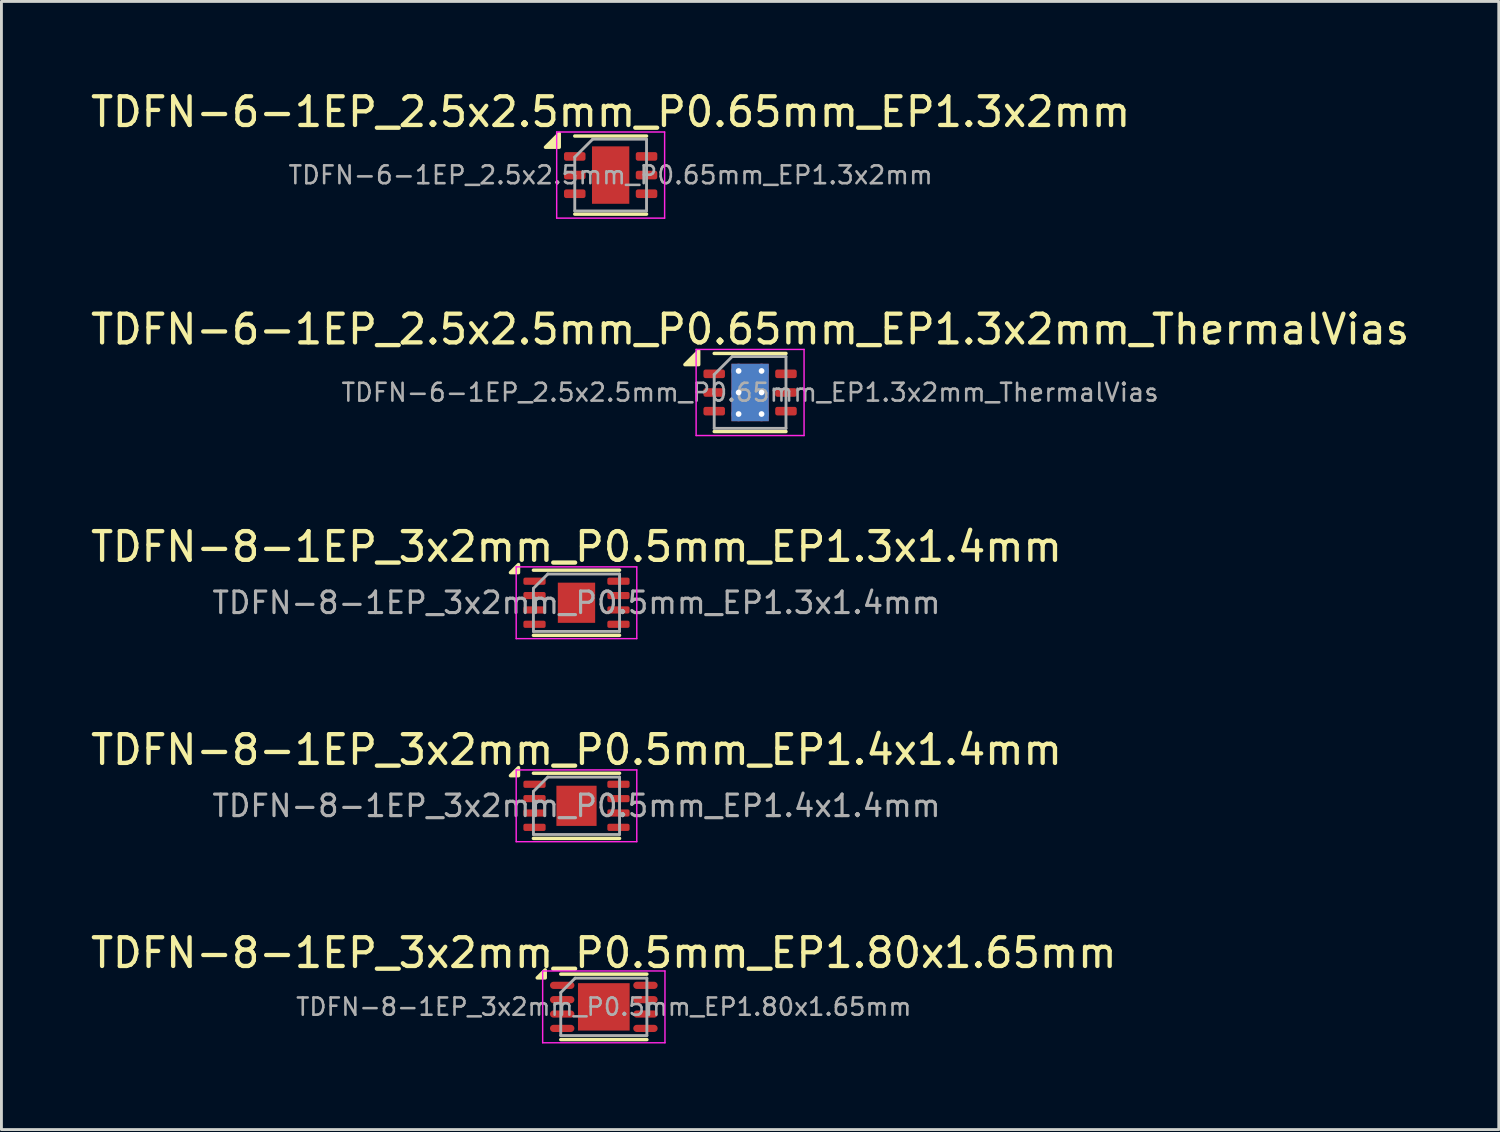
<source format=kicad_pcb>
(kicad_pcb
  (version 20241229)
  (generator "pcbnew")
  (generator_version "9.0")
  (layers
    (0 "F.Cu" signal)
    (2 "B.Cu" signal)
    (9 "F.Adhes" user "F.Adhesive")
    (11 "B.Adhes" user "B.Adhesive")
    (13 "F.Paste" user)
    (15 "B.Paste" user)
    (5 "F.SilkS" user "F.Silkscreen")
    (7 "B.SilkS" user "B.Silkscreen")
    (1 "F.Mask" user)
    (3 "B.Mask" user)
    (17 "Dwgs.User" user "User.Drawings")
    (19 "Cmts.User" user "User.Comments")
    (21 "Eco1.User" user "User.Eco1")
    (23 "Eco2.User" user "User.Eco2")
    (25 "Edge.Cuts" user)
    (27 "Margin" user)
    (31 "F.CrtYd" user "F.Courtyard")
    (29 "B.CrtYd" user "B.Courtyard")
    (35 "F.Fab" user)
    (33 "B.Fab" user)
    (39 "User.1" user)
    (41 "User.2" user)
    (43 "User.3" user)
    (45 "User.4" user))
  (footprint "TDFN-6-1EP_2.5x2.5mm_P0.65mm_EP1.3x2mm"
    (layer "F.Cu")
    (at 18.22 3.048)
    (property "Reference" "TDFN-6-1EP_2.5x2.5mm_P0.65mm_EP1.3x2mm" (at 0 -2.2 0) (layer "F.SilkS") (effects (font (size 1 1) (thickness 0.15))))
    (attr smd)
    (fp_line (start -1.25 -1.36) (end 1.25 -1.36) (stroke (width 0.12) (type solid)) (layer "F.SilkS"))
    (fp_line (start -1.25 1.36) (end 1.25 1.36) (stroke (width 0.12) (type solid)) (layer "F.SilkS"))
    (fp_poly (pts (xy -1.79 -0.97) (xy -2.27 -0.97) (xy -1.79 -1.45) (xy -1.79 -0.97)) (stroke (width 0.12) (type solid)) (fill yes) (layer "F.SilkS"))
    (fp_line (start -1.88 -1.5) (end -1.88 1.5) (stroke (width 0.05) (type solid)) (layer "F.CrtYd"))
    (fp_line (start -1.88 1.5) (end 1.88 1.5) (stroke (width 0.05) (type solid)) (layer "F.CrtYd"))
    (fp_line (start 1.88 -1.5) (end -1.88 -1.5) (stroke (width 0.05) (type solid)) (layer "F.CrtYd"))
    (fp_line (start 1.88 1.5) (end 1.88 -1.5) (stroke (width 0.05) (type solid)) (layer "F.CrtYd"))
    (fp_line (start -1.25 -0.625) (end -0.625 -1.25) (stroke (width 0.1) (type solid)) (layer "F.Fab"))
    (fp_line (start -1.25 1.25) (end -1.25 -0.625) (stroke (width 0.1) (type solid)) (layer "F.Fab"))
    (fp_line (start -0.625 -1.25) (end 1.25 -1.25) (stroke (width 0.1) (type solid)) (layer "F.Fab"))
    (fp_line (start 1.25 -1.25) (end 1.25 1.25) (stroke (width 0.1) (type solid)) (layer "F.Fab"))
    (fp_line (start 1.25 1.25) (end -1.25 1.25) (stroke (width 0.1) (type solid)) (layer "F.Fab"))
    (fp_text user "${REFERENCE}" (at 0 0 0) (layer "F.Fab") (effects (font (size 0.62 0.62) (thickness 0.09))))
    (pad "" smd roundrect (at -0.325 -0.5) (size 0.52 0.81) (layers "F.Paste") (roundrect_rratio 0.25))
    (pad "" smd roundrect (at -0.325 0.5) (size 0.52 0.81) (layers "F.Paste") (roundrect_rratio 0.25))
    (pad "" smd roundrect (at 0.325 -0.5) (size 0.52 0.81) (layers "F.Paste") (roundrect_rratio 0.25))
    (pad "" smd roundrect (at 0.325 0.5) (size 0.52 0.81) (layers "F.Paste") (roundrect_rratio 0.25))
    (pad "1" smd roundrect (at -1.25 -0.65) (size 0.75 0.3) (layers "F.Cu" "F.Mask" "F.Paste") (roundrect_rratio 0.25))
    (pad "2" smd roundrect (at -1.25 0) (size 0.75 0.3) (layers "F.Cu" "F.Mask" "F.Paste") (roundrect_rratio 0.25))
    (pad "3" smd roundrect (at -1.25 0.65) (size 0.75 0.3) (layers "F.Cu" "F.Mask" "F.Paste") (roundrect_rratio 0.25))
    (pad "4" smd roundrect (at 1.25 0.65) (size 0.75 0.3) (layers "F.Cu" "F.Mask" "F.Paste") (roundrect_rratio 0.25))
    (pad "5" smd roundrect (at 1.25 0) (size 0.75 0.3) (layers "F.Cu" "F.Mask" "F.Paste") (roundrect_rratio 0.25))
    (pad "6" smd roundrect (at 1.25 -0.65) (size 0.75 0.3) (layers "F.Cu" "F.Mask" "F.Paste") (roundrect_rratio 0.25))
    (pad "7" smd rect (at 0 0) (size 1.3 2) (property pad_prop_heatsink) (layers "F.Cu" "F.Mask")))
  (footprint "TDFN-8-1EP_3x2mm_P0.5mm_EP1.80x1.65mm"
    (layer "F.Cu")
    (at 17.982 32.021)
    (property "Reference" "TDFN-8-1EP_3x2mm_P0.5mm_EP1.80x1.65mm" (at 0 -1.88 0) (layer "F.SilkS") (effects (font (size 1 1) (thickness 0.15))))
    (attr smd)
    (fp_line (start -1.5 -1.14) (end 1.5 -1.14) (stroke (width 0.12) (type solid)) (layer "F.SilkS"))
    (fp_line (start -1.5 1.14) (end 1.5 1.14) (stroke (width 0.12) (type solid)) (layer "F.SilkS"))
    (fp_poly (pts (xy -2.04 -1.01) (xy -2.32 -1.01) (xy -2.04 -1.29) (xy -2.04 -1.01)) (stroke (width 0.12) (type solid)) (fill yes) (layer "F.SilkS"))
    (fp_line (start -2.13 -1.25) (end -2.13 1.25) (stroke (width 0.05) (type solid)) (layer "F.CrtYd"))
    (fp_line (start -2.13 1.25) (end 2.13 1.25) (stroke (width 0.05) (type solid)) (layer "F.CrtYd"))
    (fp_line (start 2.13 -1.25) (end -2.13 -1.25) (stroke (width 0.05) (type solid)) (layer "F.CrtYd"))
    (fp_line (start 2.13 1.25) (end 2.13 -1.25) (stroke (width 0.05) (type solid)) (layer "F.CrtYd"))
    (fp_line (start -1.5 -0.5) (end -1.5 1) (stroke (width 0.1) (type solid)) (layer "F.Fab"))
    (fp_line (start -1.5 1) (end 1.5 1) (stroke (width 0.1) (type solid)) (layer "F.Fab"))
    (fp_line (start -1 -1) (end -1.5 -0.5) (stroke (width 0.1) (type solid)) (layer "F.Fab"))
    (fp_line (start 1.5 -1) (end -1 -1) (stroke (width 0.1) (type solid)) (layer "F.Fab"))
    (fp_line (start 1.5 1) (end 1.5 -1) (stroke (width 0.1) (type solid)) (layer "F.Fab"))
    (fp_text user "${REFERENCE}" (at 0 0 0) (layer "F.Fab") (effects (font (size 0.6 0.6) (thickness 0.09))))
    (pad "" smd rect (at 0 -0.5) (size 0.7 0.65) (layers "F.Paste"))
    (pad "" smd rect (at 0 0) (size 1.8 0.7) (layers "F.Paste"))
    (pad "" smd rect (at 0 0.5) (size 0.7 0.65) (layers "F.Paste"))
    (pad "1" smd oval (at -1.45 -0.75) (size 0.85 0.25) (layers "F.Cu" "F.Mask" "F.Paste"))
    (pad "2" smd oval (at -1.45 -0.25) (size 0.85 0.25) (layers "F.Cu" "F.Mask" "F.Paste"))
    (pad "3" smd oval (at -1.45 0.25) (size 0.85 0.25) (layers "F.Cu" "F.Mask" "F.Paste"))
    (pad "4" smd oval (at -1.45 0.75) (size 0.85 0.25) (layers "F.Cu" "F.Mask" "F.Paste"))
    (pad "5" smd oval (at 1.45 0.75) (size 0.85 0.25) (layers "F.Cu" "F.Mask" "F.Paste"))
    (pad "6" smd oval (at 1.45 0.25) (size 0.85 0.25) (layers "F.Cu" "F.Mask" "F.Paste"))
    (pad "7" smd oval (at 1.45 -0.25) (size 0.85 0.25) (layers "F.Cu" "F.Mask" "F.Paste"))
    (pad "8" smd oval (at 1.45 -0.75) (size 0.85 0.25) (layers "F.Cu" "F.Mask" "F.Paste"))
    (pad "9" smd rect (at 0 0) (size 1.8 1.65) (layers "F.Cu" "F.Mask")))
  (footprint "TDFN-8-1EP_3x2mm_P0.5mm_EP1.4x1.4mm"
    (layer "F.Cu")
    (at 17.03 25.018)
    (property "Reference" "TDFN-8-1EP_3x2mm_P0.5mm_EP1.4x1.4mm" (at 0 -1.95 0) (layer "F.SilkS") (effects (font (size 1 1) (thickness 0.15))))
    (attr smd)
    (fp_line (start -1.5 -1.135) (end 1.5 -1.135) (stroke (width 0.12) (type solid)) (layer "F.SilkS"))
    (fp_line (start -1.5 1.135) (end 1.5 1.135) (stroke (width 0.12) (type solid)) (layer "F.SilkS"))
    (fp_poly (pts (xy -2.02 -1.05) (xy -2.3 -1.05) (xy -2.02 -1.33) (xy -2.02 -1.05)) (stroke (width 0.12) (type solid)) (fill yes) (layer "F.SilkS"))
    (fp_line (start -2.1 -1.25) (end -2.1 1.25) (stroke (width 0.05) (type solid)) (layer "F.CrtYd"))
    (fp_line (start -2.1 1.25) (end 2.1 1.25) (stroke (width 0.05) (type solid)) (layer "F.CrtYd"))
    (fp_line (start 2.1 -1.25) (end -2.1 -1.25) (stroke (width 0.05) (type solid)) (layer "F.CrtYd"))
    (fp_line (start 2.1 1.25) (end 2.1 -1.25) (stroke (width 0.05) (type solid)) (layer "F.CrtYd"))
    (fp_line (start -1.5 -0.5) (end -1 -1) (stroke (width 0.1) (type solid)) (layer "F.Fab"))
    (fp_line (start -1.5 1) (end -1.5 -0.5) (stroke (width 0.1) (type solid)) (layer "F.Fab"))
    (fp_line (start -1 -1) (end 1.5 -1) (stroke (width 0.1) (type solid)) (layer "F.Fab"))
    (fp_line (start 1.5 -1) (end 1.5 1) (stroke (width 0.1) (type solid)) (layer "F.Fab"))
    (fp_line (start 1.5 1) (end -1.5 1) (stroke (width 0.1) (type solid)) (layer "F.Fab"))
    (fp_text user "${REFERENCE}" (at 0 0 0) (layer "F.Fab") (effects (font (size 0.75 0.75) (thickness 0.11))))
    (pad "" smd roundrect (at -0.35 -0.35) (size 0.56 0.56) (layers "F.Paste") (roundrect_rratio 0.25))
    (pad "" smd roundrect (at -0.35 0.35) (size 0.56 0.56) (layers "F.Paste") (roundrect_rratio 0.25))
    (pad "" smd roundrect (at 0.35 -0.35) (size 0.56 0.56) (layers "F.Paste") (roundrect_rratio 0.25))
    (pad "" smd roundrect (at 0.35 0.35) (size 0.56 0.56) (layers "F.Paste") (roundrect_rratio 0.25))
    (pad "1" smd roundrect (at -1.462 -0.75) (size 0.775 0.25) (layers "F.Cu" "F.Mask" "F.Paste") (roundrect_rratio 0.25))
    (pad "2" smd roundrect (at -1.462 -0.25) (size 0.775 0.25) (layers "F.Cu" "F.Mask" "F.Paste") (roundrect_rratio 0.25))
    (pad "3" smd roundrect (at -1.462 0.25) (size 0.775 0.25) (layers "F.Cu" "F.Mask" "F.Paste") (roundrect_rratio 0.25))
    (pad "4" smd roundrect (at -1.462 0.75) (size 0.775 0.25) (layers "F.Cu" "F.Mask" "F.Paste") (roundrect_rratio 0.25))
    (pad "5" smd roundrect (at 1.462 0.75) (size 0.775 0.25) (layers "F.Cu" "F.Mask" "F.Paste") (roundrect_rratio 0.25))
    (pad "6" smd roundrect (at 1.462 0.25) (size 0.775 0.25) (layers "F.Cu" "F.Mask" "F.Paste") (roundrect_rratio 0.25))
    (pad "7" smd roundrect (at 1.462 -0.25) (size 0.775 0.25) (layers "F.Cu" "F.Mask" "F.Paste") (roundrect_rratio 0.25))
    (pad "8" smd roundrect (at 1.462 -0.75) (size 0.775 0.25) (layers "F.Cu" "F.Mask" "F.Paste") (roundrect_rratio 0.25))
    (pad "9" smd rect (at 0 0) (size 1.4 1.4) (property pad_prop_heatsink) (layers "F.Cu" "F.Mask")))
  (footprint "TDFN-8-1EP_3x2mm_P0.5mm_EP1.3x1.4mm"
    (layer "F.Cu")
    (at 17.03 17.945)
    (property "Reference" "TDFN-8-1EP_3x2mm_P0.5mm_EP1.3x1.4mm" (at 0 -1.95 0) (layer "F.SilkS") (effects (font (size 1 1) (thickness 0.15))))
    (attr smd)
    (fp_line (start -1.5 -1.135) (end 1.5 -1.135) (stroke (width 0.12) (type solid)) (layer "F.SilkS"))
    (fp_line (start -1.5 1.135) (end 1.5 1.135) (stroke (width 0.12) (type solid)) (layer "F.SilkS"))
    (fp_poly (pts (xy -2.02 -1.05) (xy -2.3 -1.05) (xy -2.02 -1.33) (xy -2.02 -1.05)) (stroke (width 0.12) (type solid)) (fill yes) (layer "F.SilkS"))
    (fp_line (start -2.1 -1.25) (end -2.1 1.25) (stroke (width 0.05) (type solid)) (layer "F.CrtYd"))
    (fp_line (start -2.1 1.25) (end 2.1 1.25) (stroke (width 0.05) (type solid)) (layer "F.CrtYd"))
    (fp_line (start 2.1 -1.25) (end -2.1 -1.25) (stroke (width 0.05) (type solid)) (layer "F.CrtYd"))
    (fp_line (start 2.1 1.25) (end 2.1 -1.25) (stroke (width 0.05) (type solid)) (layer "F.CrtYd"))
    (fp_line (start -1.5 -0.5) (end -1 -1) (stroke (width 0.1) (type solid)) (layer "F.Fab"))
    (fp_line (start -1.5 1) (end -1.5 -0.5) (stroke (width 0.1) (type solid)) (layer "F.Fab"))
    (fp_line (start -1 -1) (end 1.5 -1) (stroke (width 0.1) (type solid)) (layer "F.Fab"))
    (fp_line (start 1.5 -1) (end 1.5 1) (stroke (width 0.1) (type solid)) (layer "F.Fab"))
    (fp_line (start 1.5 1) (end -1.5 1) (stroke (width 0.1) (type solid)) (layer "F.Fab"))
    (fp_text user "${REFERENCE}" (at 0 0 0) (layer "F.Fab") (effects (font (size 0.75 0.75) (thickness 0.11))))
    (pad "" smd roundrect (at -0.325 -0.35) (size 0.52 0.56) (layers "F.Paste") (roundrect_rratio 0.25))
    (pad "" smd roundrect (at -0.325 0.35) (size 0.52 0.56) (layers "F.Paste") (roundrect_rratio 0.25))
    (pad "" smd roundrect (at 0.325 -0.35) (size 0.52 0.56) (layers "F.Paste") (roundrect_rratio 0.25))
    (pad "" smd roundrect (at 0.325 0.35) (size 0.52 0.56) (layers "F.Paste") (roundrect_rratio 0.25))
    (pad "1" smd roundrect (at -1.462 -0.75) (size 0.775 0.25) (layers "F.Cu" "F.Mask" "F.Paste") (roundrect_rratio 0.25))
    (pad "2" smd roundrect (at -1.462 -0.25) (size 0.775 0.25) (layers "F.Cu" "F.Mask" "F.Paste") (roundrect_rratio 0.25))
    (pad "3" smd roundrect (at -1.462 0.25) (size 0.775 0.25) (layers "F.Cu" "F.Mask" "F.Paste") (roundrect_rratio 0.25))
    (pad "4" smd roundrect (at -1.462 0.75) (size 0.775 0.25) (layers "F.Cu" "F.Mask" "F.Paste") (roundrect_rratio 0.25))
    (pad "5" smd roundrect (at 1.462 0.75) (size 0.775 0.25) (layers "F.Cu" "F.Mask" "F.Paste") (roundrect_rratio 0.25))
    (pad "6" smd roundrect (at 1.462 0.25) (size 0.775 0.25) (layers "F.Cu" "F.Mask" "F.Paste") (roundrect_rratio 0.25))
    (pad "7" smd roundrect (at 1.462 -0.25) (size 0.775 0.25) (layers "F.Cu" "F.Mask" "F.Paste") (roundrect_rratio 0.25))
    (pad "8" smd roundrect (at 1.462 -0.75) (size 0.775 0.25) (layers "F.Cu" "F.Mask" "F.Paste") (roundrect_rratio 0.25))
    (pad "9" smd rect (at 0 0) (size 1.3 1.4) (property pad_prop_heatsink) (layers "F.Cu" "F.Mask")))
  (footprint "TDFN-6-1EP_2.5x2.5mm_P0.65mm_EP1.3x2mm_ThermalVias"
    (layer "F.Cu")
    (at 23.077 10.621)
    (property "Reference" "TDFN-6-1EP_2.5x2.5mm_P0.65mm_EP1.3x2mm_ThermalVias" (at 0 -2.2 0) (layer "F.SilkS") (effects (font (size 1 1) (thickness 0.15))))
    (attr smd)
    (fp_line (start -1.25 -1.36) (end 1.25 -1.36) (stroke (width 0.12) (type solid)) (layer "F.SilkS"))
    (fp_line (start -1.25 1.36) (end 1.25 1.36) (stroke (width 0.12) (type solid)) (layer "F.SilkS"))
    (fp_poly (pts (xy -1.79 -0.97) (xy -2.27 -0.97) (xy -1.79 -1.45) (xy -1.79 -0.97)) (stroke (width 0.12) (type solid)) (fill yes) (layer "F.SilkS"))
    (fp_line (start -1.88 -1.5) (end -1.88 1.5) (stroke (width 0.05) (type solid)) (layer "F.CrtYd"))
    (fp_line (start -1.88 1.5) (end 1.88 1.5) (stroke (width 0.05) (type solid)) (layer "F.CrtYd"))
    (fp_line (start 1.88 -1.5) (end -1.88 -1.5) (stroke (width 0.05) (type solid)) (layer "F.CrtYd"))
    (fp_line (start 1.88 1.5) (end 1.88 -1.5) (stroke (width 0.05) (type solid)) (layer "F.CrtYd"))
    (fp_line (start -1.25 -0.625) (end -0.625 -1.25) (stroke (width 0.1) (type solid)) (layer "F.Fab"))
    (fp_line (start -1.25 1.25) (end -1.25 -0.625) (stroke (width 0.1) (type solid)) (layer "F.Fab"))
    (fp_line (start -0.625 -1.25) (end 1.25 -1.25) (stroke (width 0.1) (type solid)) (layer "F.Fab"))
    (fp_line (start 1.25 -1.25) (end 1.25 1.25) (stroke (width 0.1) (type solid)) (layer "F.Fab"))
    (fp_line (start 1.25 1.25) (end -1.25 1.25) (stroke (width 0.1) (type solid)) (layer "F.Fab"))
    (fp_text user "${REFERENCE}" (at 0 0 0) (layer "F.Fab") (effects (font (size 0.62 0.62) (thickness 0.09))))
    (pad "" smd roundrect (at -0.325 -0.5) (size 0.52 0.81) (layers "F.Paste") (roundrect_rratio 0.25))
    (pad "" smd roundrect (at -0.325 0.5) (size 0.52 0.81) (layers "F.Paste") (roundrect_rratio 0.25))
    (pad "" smd roundrect (at 0.325 -0.5) (size 0.52 0.81) (layers "F.Paste") (roundrect_rratio 0.25))
    (pad "" smd roundrect (at 0.325 0.5) (size 0.52 0.81) (layers "F.Paste") (roundrect_rratio 0.25))
    (pad "1" smd roundrect (at -1.25 -0.65) (size 0.75 0.3) (layers "F.Cu" "F.Mask" "F.Paste") (roundrect_rratio 0.25))
    (pad "2" smd roundrect (at -1.25 0) (size 0.75 0.3) (layers "F.Cu" "F.Mask" "F.Paste") (roundrect_rratio 0.25))
    (pad "3" smd roundrect (at -1.25 0.65) (size 0.75 0.3) (layers "F.Cu" "F.Mask" "F.Paste") (roundrect_rratio 0.25))
    (pad "4" smd roundrect (at 1.25 0.65) (size 0.75 0.3) (layers "F.Cu" "F.Mask" "F.Paste") (roundrect_rratio 0.25))
    (pad "5" smd roundrect (at 1.25 0) (size 0.75 0.3) (layers "F.Cu" "F.Mask" "F.Paste") (roundrect_rratio 0.25))
    (pad "6" smd roundrect (at 1.25 -0.65) (size 0.75 0.3) (layers "F.Cu" "F.Mask" "F.Paste") (roundrect_rratio 0.25))
    (pad "7" thru_hole circle (at -0.4 -0.75) (size 0.5 0.5) (drill 0.2) (property pad_prop_heatsink) (layers "*.Cu"))
    (pad "7" thru_hole circle (at -0.4 0) (size 0.5 0.5) (drill 0.2) (property pad_prop_heatsink) (layers "*.Cu"))
    (pad "7" thru_hole circle (at -0.4 0.75) (size 0.5 0.5) (drill 0.2) (property pad_prop_heatsink) (layers "*.Cu"))
    (pad "7" smd rect (at 0 0) (size 1.3 2) (property pad_prop_heatsink) (layers "F.Cu" "F.Mask"))
    (pad "7" smd rect (at 0 0) (size 1.3 2) (property pad_prop_heatsink) (layers "B.Cu"))
    (pad "7" thru_hole circle (at 0.4 -0.75) (size 0.5 0.5) (drill 0.2) (property pad_prop_heatsink) (layers "*.Cu"))
    (pad "7" thru_hole circle (at 0.4 0) (size 0.5 0.5) (drill 0.2) (property pad_prop_heatsink) (layers "*.Cu"))
    (pad "7" thru_hole circle (at 0.4 0.75) (size 0.5 0.5) (drill 0.2) (property pad_prop_heatsink) (layers "*.Cu")))
  (gr_rect
    (start -3 -3)
    (end 49.155 36.296)
    (stroke (width 0.1) (type default))
    (fill no)
    (layer "Edge.Cuts")))
</source>
